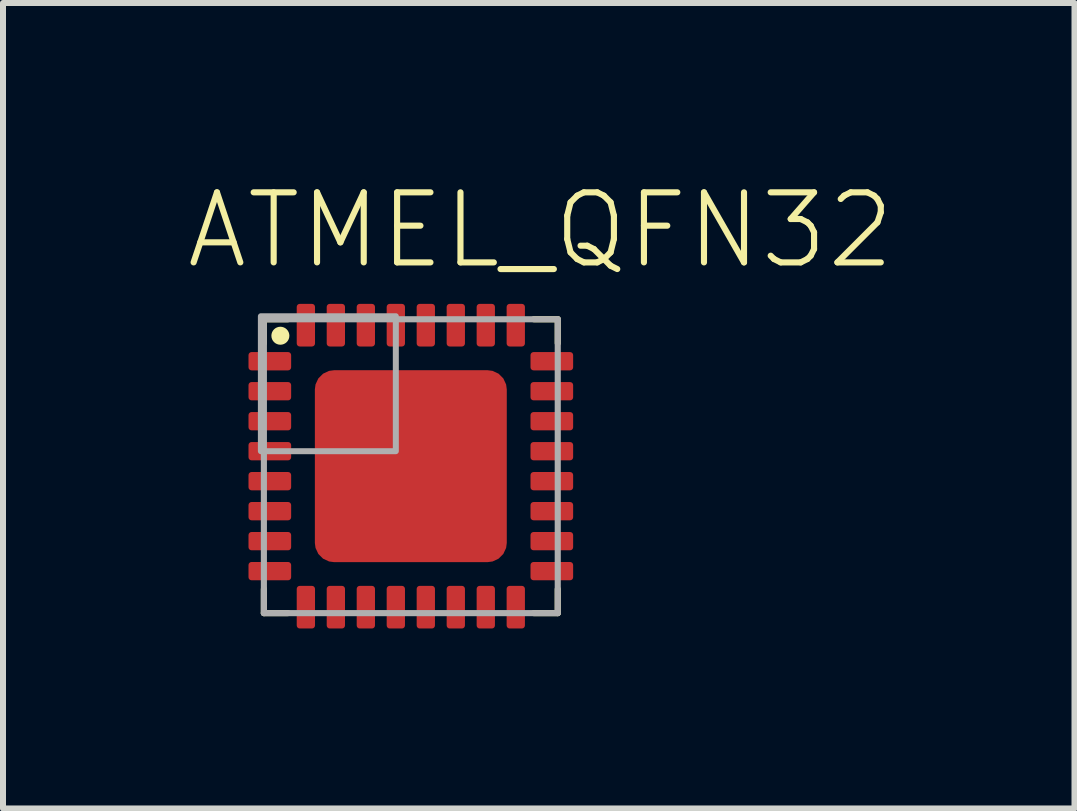
<source format=kicad_pcb>
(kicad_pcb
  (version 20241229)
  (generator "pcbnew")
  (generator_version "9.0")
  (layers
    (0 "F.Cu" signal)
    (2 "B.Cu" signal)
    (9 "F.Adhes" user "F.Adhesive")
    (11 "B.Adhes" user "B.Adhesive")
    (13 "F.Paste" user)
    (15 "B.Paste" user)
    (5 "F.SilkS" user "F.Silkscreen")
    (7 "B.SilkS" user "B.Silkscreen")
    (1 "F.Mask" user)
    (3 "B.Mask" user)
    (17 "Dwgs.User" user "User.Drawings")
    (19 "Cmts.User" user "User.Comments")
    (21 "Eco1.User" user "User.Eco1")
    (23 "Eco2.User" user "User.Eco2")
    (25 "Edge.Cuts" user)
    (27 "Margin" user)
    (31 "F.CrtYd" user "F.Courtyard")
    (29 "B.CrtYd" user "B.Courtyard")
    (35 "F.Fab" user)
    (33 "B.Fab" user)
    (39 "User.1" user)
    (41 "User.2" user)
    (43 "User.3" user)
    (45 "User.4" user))
  (footprint "ATMEL_QFN32"
    (layer "F.Cu")
    (at 3.8 4.723)
    (property "Reference" "ATMEL_QFN32" (at -3.8 -3.25 0) (layer "F.SilkS") (effects (font (size 1.168 1.168) (thickness 0.102)) (justify left bottom)))
    (fp_poly (pts (xy -1.999 -1.099) (xy -2.601 -1.099) (xy -2.601 -1.401) (xy -1.999 -1.401)) (stroke (width 0) (type default)) (fill yes) (layer "F.Mask"))
    (fp_poly (pts (xy -1.999 -0.599) (xy -2.601 -0.599) (xy -2.601 -0.901) (xy -1.999 -0.901)) (stroke (width 0) (type default)) (fill yes) (layer "F.Mask"))
    (fp_poly (pts (xy -1.999 -0.099) (xy -2.601 -0.099) (xy -2.601 -0.401) (xy -1.999 -0.401)) (stroke (width 0) (type default)) (fill yes) (layer "F.Mask"))
    (fp_poly (pts (xy -1.999 0.401) (xy -2.601 0.401) (xy -2.601 0.099) (xy -1.999 0.099)) (stroke (width 0) (type default)) (fill yes) (layer "F.Mask"))
    (fp_poly (pts (xy -1.999 0.901) (xy -2.601 0.901) (xy -2.601 0.599) (xy -1.999 0.599)) (stroke (width 0) (type default)) (fill yes) (layer "F.Mask"))
    (fp_poly (pts (xy -1.999 1.401) (xy -2.601 1.401) (xy -2.601 1.099) (xy -1.999 1.099)) (stroke (width 0) (type default)) (fill yes) (layer "F.Mask"))
    (fp_poly (pts (xy -1.099 -1.999) (xy -1.401 -1.999) (xy -1.401 -2.601) (xy -1.099 -2.601)) (stroke (width 0) (type default)) (fill yes) (layer "F.Mask"))
    (fp_poly (pts (xy -1.099 2.601) (xy -1.401 2.601) (xy -1.401 1.999) (xy -1.099 1.999)) (stroke (width 0) (type default)) (fill yes) (layer "F.Mask"))
    (fp_poly (pts (xy -0.599 -1.999) (xy -0.901 -1.999) (xy -0.901 -2.601) (xy -0.599 -2.601)) (stroke (width 0) (type default)) (fill yes) (layer "F.Mask"))
    (fp_poly (pts (xy -0.599 2.601) (xy -0.901 2.601) (xy -0.901 1.999) (xy -0.599 1.999)) (stroke (width 0) (type default)) (fill yes) (layer "F.Mask"))
    (fp_poly (pts (xy -0.099 -1.999) (xy -0.401 -1.999) (xy -0.401 -2.601) (xy -0.099 -2.601)) (stroke (width 0) (type default)) (fill yes) (layer "F.Mask"))
    (fp_poly (pts (xy -0.099 2.601) (xy -0.401 2.601) (xy -0.401 1.999) (xy -0.099 1.999)) (stroke (width 0) (type default)) (fill yes) (layer "F.Mask"))
    (fp_poly (pts (xy 0.401 -1.999) (xy 0.099 -1.999) (xy 0.099 -2.601) (xy 0.401 -2.601)) (stroke (width 0) (type default)) (fill yes) (layer "F.Mask"))
    (fp_poly (pts (xy 0.401 2.601) (xy 0.099 2.601) (xy 0.099 1.999) (xy 0.401 1.999)) (stroke (width 0) (type default)) (fill yes) (layer "F.Mask"))
    (fp_poly (pts (xy 0.901 -1.999) (xy 0.599 -1.999) (xy 0.599 -2.601) (xy 0.901 -2.601)) (stroke (width 0) (type default)) (fill yes) (layer "F.Mask"))
    (fp_poly (pts (xy 0.901 2.601) (xy 0.599 2.601) (xy 0.599 1.999) (xy 0.901 1.999)) (stroke (width 0) (type default)) (fill yes) (layer "F.Mask"))
    (fp_poly (pts (xy 1.401 -1.999) (xy 1.099 -1.999) (xy 1.099 -2.601) (xy 1.401 -2.601)) (stroke (width 0) (type default)) (fill yes) (layer "F.Mask"))
    (fp_poly (pts (xy 1.401 2.601) (xy 1.099 2.601) (xy 1.099 1.999) (xy 1.401 1.999)) (stroke (width 0) (type default)) (fill yes) (layer "F.Mask"))
    (fp_poly (pts (xy 2.601 -1.099) (xy 1.999 -1.099) (xy 1.999 -1.401) (xy 2.601 -1.401)) (stroke (width 0) (type default)) (fill yes) (layer "F.Mask"))
    (fp_poly (pts (xy 2.601 -0.599) (xy 1.999 -0.599) (xy 1.999 -0.901) (xy 2.601 -0.901)) (stroke (width 0) (type default)) (fill yes) (layer "F.Mask"))
    (fp_poly (pts (xy 2.601 -0.099) (xy 1.999 -0.099) (xy 1.999 -0.401) (xy 2.601 -0.401)) (stroke (width 0) (type default)) (fill yes) (layer "F.Mask"))
    (fp_poly (pts (xy 2.601 0.401) (xy 1.999 0.401) (xy 1.999 0.099) (xy 2.601 0.099)) (stroke (width 0) (type default)) (fill yes) (layer "F.Mask"))
    (fp_poly (pts (xy 2.601 0.901) (xy 1.999 0.901) (xy 1.999 0.599) (xy 2.601 0.599)) (stroke (width 0) (type default)) (fill yes) (layer "F.Mask"))
    (fp_poly (pts (xy 2.601 1.401) (xy 1.999 1.401) (xy 1.999 1.099) (xy 2.601 1.099)) (stroke (width 0) (type default)) (fill yes) (layer "F.Mask"))
    (fp_poly (pts (xy -1.999 -1.821) (xy -1.999 -1.599) (xy -2.601 -1.599) (xy -2.601 -1.901) (xy -2.079 -1.901)) (stroke (width 0) (type default)) (fill yes) (layer "F.Mask"))
    (fp_poly (pts (xy -1.999 1.821) (xy -2.079 1.901) (xy -2.601 1.901) (xy -2.601 1.599) (xy -1.999 1.599)) (stroke (width 0) (type default)) (fill yes) (layer "F.Mask"))
    (fp_poly (pts (xy -1.599 -1.999) (xy -1.821 -1.999) (xy -1.901 -2.079) (xy -1.901 -2.601) (xy -1.599 -2.601)) (stroke (width 0) (type default)) (fill yes) (layer "F.Mask"))
    (fp_poly (pts (xy -1.599 2.601) (xy -1.901 2.601) (xy -1.901 2.079) (xy -1.821 1.999) (xy -1.599 1.999)) (stroke (width 0) (type default)) (fill yes) (layer "F.Mask"))
    (fp_poly (pts (xy 1.575 1.575) (xy -1.575 1.575) (xy -1.575 -1.279) (xy -1.279 -1.575) (xy 1.575 -1.575)) (stroke (width 0) (type default)) (fill yes) (layer "F.Mask"))
    (fp_poly (pts (xy 1.901 -2.079) (xy 1.821 -1.999) (xy 1.599 -1.999) (xy 1.599 -2.601) (xy 1.901 -2.601)) (stroke (width 0) (type default)) (fill yes) (layer "F.Mask"))
    (fp_poly (pts (xy 1.901 2.079) (xy 1.901 2.601) (xy 1.599 2.601) (xy 1.599 1.999) (xy 1.821 1.999)) (stroke (width 0) (type default)) (fill yes) (layer "F.Mask"))
    (fp_poly (pts (xy 2.601 -1.599) (xy 1.999 -1.599) (xy 1.999 -1.821) (xy 2.079 -1.901) (xy 2.601 -1.901)) (stroke (width 0) (type default)) (fill yes) (layer "F.Mask"))
    (fp_poly (pts (xy 2.601 1.901) (xy 2.079 1.901) (xy 1.999 1.821) (xy 1.999 1.599) (xy 2.601 1.599)) (stroke (width 0) (type default)) (fill yes) (layer "F.Mask"))
    (fp_line (start -2.45 -2.45) (end -2.05 -2.45) (stroke (width 0.102) (type solid)) (layer "F.SilkS"))
    (fp_line (start -2.45 -2.05) (end -2.45 -2.45) (stroke (width 0.102) (type solid)) (layer "F.SilkS"))
    (fp_line (start -2.45 2.45) (end -2.45 2.05) (stroke (width 0.102) (type solid)) (layer "F.SilkS"))
    (fp_line (start -2.05 2.45) (end -2.45 2.45) (stroke (width 0.102) (type solid)) (layer "F.SilkS"))
    (fp_line (start 2.05 -2.45) (end 2.45 -2.45) (stroke (width 0.102) (type solid)) (layer "F.SilkS"))
    (fp_line (start 2.45 -2.45) (end 2.45 -2.05) (stroke (width 0.102) (type solid)) (layer "F.SilkS"))
    (fp_line (start 2.45 2.05) (end 2.45 2.45) (stroke (width 0.102) (type solid)) (layer "F.SilkS"))
    (fp_line (start 2.45 2.45) (end 2.05 2.45) (stroke (width 0.102) (type solid)) (layer "F.SilkS"))
    (fp_circle (center -2.175 -2.175) (end -2.1 -2.175) (stroke (width 0.15) (type solid)) (fill yes) (layer "F.SilkS"))
    (fp_poly (pts (xy -2.024 -1.124) (xy -2.576 -1.124) (xy -2.576 -1.376) (xy -2.024 -1.376)) (stroke (width 0) (type default)) (fill yes) (layer "F.Paste"))
    (fp_poly (pts (xy -2.024 -0.624) (xy -2.576 -0.624) (xy -2.576 -0.876) (xy -2.024 -0.876)) (stroke (width 0) (type default)) (fill yes) (layer "F.Paste"))
    (fp_poly (pts (xy -2.024 -0.124) (xy -2.576 -0.124) (xy -2.576 -0.376) (xy -2.024 -0.376)) (stroke (width 0) (type default)) (fill yes) (layer "F.Paste"))
    (fp_poly (pts (xy -2.024 0.376) (xy -2.576 0.376) (xy -2.576 0.124) (xy -2.024 0.124)) (stroke (width 0) (type default)) (fill yes) (layer "F.Paste"))
    (fp_poly (pts (xy -2.024 0.876) (xy -2.576 0.876) (xy -2.576 0.624) (xy -2.024 0.624)) (stroke (width 0) (type default)) (fill yes) (layer "F.Paste"))
    (fp_poly (pts (xy -2.024 1.376) (xy -2.576 1.376) (xy -2.576 1.124) (xy -2.024 1.124)) (stroke (width 0) (type default)) (fill yes) (layer "F.Paste"))
    (fp_poly (pts (xy -1.3 -0.1) (xy -0.7 -0.1) (xy -0.7 -0.4) (xy -1.3 -0.4)) (stroke (width 0) (type default)) (fill yes) (layer "F.Paste"))
    (fp_poly (pts (xy -1.3 0.4) (xy -0.7 0.4) (xy -0.7 0.1) (xy -1.3 0.1)) (stroke (width 0) (type default)) (fill yes) (layer "F.Paste"))
    (fp_poly (pts (xy -1.124 -2.024) (xy -1.376 -2.024) (xy -1.376 -2.576) (xy -1.124 -2.576)) (stroke (width 0) (type default)) (fill yes) (layer "F.Paste"))
    (fp_poly (pts (xy -1.124 2.576) (xy -1.376 2.576) (xy -1.376 2.024) (xy -1.124 2.024)) (stroke (width 0) (type default)) (fill yes) (layer "F.Paste"))
    (fp_poly (pts (xy -0.624 -2.024) (xy -0.876 -2.024) (xy -0.876 -2.576) (xy -0.624 -2.576)) (stroke (width 0) (type default)) (fill yes) (layer "F.Paste"))
    (fp_poly (pts (xy -0.624 2.576) (xy -0.876 2.576) (xy -0.876 2.024) (xy -0.624 2.024)) (stroke (width 0) (type default)) (fill yes) (layer "F.Paste"))
    (fp_poly (pts (xy -0.3 -1.1) (xy 0.3 -1.1) (xy 0.3 -1.4) (xy -0.3 -1.4)) (stroke (width 0) (type default)) (fill yes) (layer "F.Paste"))
    (fp_poly (pts (xy -0.3 -0.6) (xy 0.3 -0.6) (xy 0.3 -0.9) (xy -0.3 -0.9)) (stroke (width 0) (type default)) (fill yes) (layer "F.Paste"))
    (fp_poly (pts (xy -0.3 -0.1) (xy 0.3 -0.1) (xy 0.3 -0.4) (xy -0.3 -0.4)) (stroke (width 0) (type default)) (fill yes) (layer "F.Paste"))
    (fp_poly (pts (xy -0.3 0.4) (xy 0.3 0.4) (xy 0.3 0.1) (xy -0.3 0.1)) (stroke (width 0) (type default)) (fill yes) (layer "F.Paste"))
    (fp_poly (pts (xy -0.3 0.9) (xy 0.3 0.9) (xy 0.3 0.6) (xy -0.3 0.6)) (stroke (width 0) (type default)) (fill yes) (layer "F.Paste"))
    (fp_poly (pts (xy -0.3 1.4) (xy 0.3 1.4) (xy 0.3 1.1) (xy -0.3 1.1)) (stroke (width 0) (type default)) (fill yes) (layer "F.Paste"))
    (fp_poly (pts (xy -0.124 -2.024) (xy -0.376 -2.024) (xy -0.376 -2.576) (xy -0.124 -2.576)) (stroke (width 0) (type default)) (fill yes) (layer "F.Paste"))
    (fp_poly (pts (xy -0.124 2.576) (xy -0.376 2.576) (xy -0.376 2.024) (xy -0.124 2.024)) (stroke (width 0) (type default)) (fill yes) (layer "F.Paste"))
    (fp_poly (pts (xy 0.376 -2.024) (xy 0.124 -2.024) (xy 0.124 -2.576) (xy 0.376 -2.576)) (stroke (width 0) (type default)) (fill yes) (layer "F.Paste"))
    (fp_poly (pts (xy 0.376 2.576) (xy 0.124 2.576) (xy 0.124 2.024) (xy 0.376 2.024)) (stroke (width 0) (type default)) (fill yes) (layer "F.Paste"))
    (fp_poly (pts (xy 0.7 -0.1) (xy 1.3 -0.1) (xy 1.3 -0.4) (xy 0.7 -0.4)) (stroke (width 0) (type default)) (fill yes) (layer "F.Paste"))
    (fp_poly (pts (xy 0.7 0.4) (xy 1.3 0.4) (xy 1.3 0.1) (xy 0.7 0.1)) (stroke (width 0) (type default)) (fill yes) (layer "F.Paste"))
    (fp_poly (pts (xy 0.876 -2.024) (xy 0.624 -2.024) (xy 0.624 -2.576) (xy 0.876 -2.576)) (stroke (width 0) (type default)) (fill yes) (layer "F.Paste"))
    (fp_poly (pts (xy 0.876 2.576) (xy 0.624 2.576) (xy 0.624 2.024) (xy 0.876 2.024)) (stroke (width 0) (type default)) (fill yes) (layer "F.Paste"))
    (fp_poly (pts (xy 1.376 -2.024) (xy 1.124 -2.024) (xy 1.124 -2.576) (xy 1.376 -2.576)) (stroke (width 0) (type default)) (fill yes) (layer "F.Paste"))
    (fp_poly (pts (xy 1.376 2.576) (xy 1.124 2.576) (xy 1.124 2.024) (xy 1.376 2.024)) (stroke (width 0) (type default)) (fill yes) (layer "F.Paste"))
    (fp_poly (pts (xy 2.576 -1.124) (xy 2.024 -1.124) (xy 2.024 -1.376) (xy 2.576 -1.376)) (stroke (width 0) (type default)) (fill yes) (layer "F.Paste"))
    (fp_poly (pts (xy 2.576 -0.624) (xy 2.024 -0.624) (xy 2.024 -0.876) (xy 2.576 -0.876)) (stroke (width 0) (type default)) (fill yes) (layer "F.Paste"))
    (fp_poly (pts (xy 2.576 -0.124) (xy 2.024 -0.124) (xy 2.024 -0.376) (xy 2.576 -0.376)) (stroke (width 0) (type default)) (fill yes) (layer "F.Paste"))
    (fp_poly (pts (xy 2.576 0.376) (xy 2.024 0.376) (xy 2.024 0.124) (xy 2.576 0.124)) (stroke (width 0) (type default)) (fill yes) (layer "F.Paste"))
    (fp_poly (pts (xy 2.576 0.876) (xy 2.024 0.876) (xy 2.024 0.624) (xy 2.576 0.624)) (stroke (width 0) (type default)) (fill yes) (layer "F.Paste"))
    (fp_poly (pts (xy 2.576 1.376) (xy 2.024 1.376) (xy 2.024 1.124) (xy 2.576 1.124)) (stroke (width 0) (type default)) (fill yes) (layer "F.Paste"))
    (fp_poly (pts (xy -2.024 -1.796) (xy -2.024 -1.624) (xy -2.576 -1.624) (xy -2.576 -1.876) (xy -2.104 -1.876)) (stroke (width 0) (type default)) (fill yes) (layer "F.Paste"))
    (fp_poly (pts (xy -2.024 1.796) (xy -2.104 1.876) (xy -2.576 1.876) (xy -2.576 1.624) (xy -2.024 1.624)) (stroke (width 0) (type default)) (fill yes) (layer "F.Paste"))
    (fp_poly (pts (xy -1.624 -2.024) (xy -1.796 -2.024) (xy -1.876 -2.104) (xy -1.876 -2.576) (xy -1.624 -2.576)) (stroke (width 0) (type default)) (fill yes) (layer "F.Paste"))
    (fp_poly (pts (xy -1.624 2.576) (xy -1.876 2.576) (xy -1.876 2.104) (xy -1.796 2.024) (xy -1.624 2.024)) (stroke (width 0) (type default)) (fill yes) (layer "F.Paste"))
    (fp_poly (pts (xy 1.876 -2.104) (xy 1.796 -2.024) (xy 1.624 -2.024) (xy 1.624 -2.576) (xy 1.876 -2.576)) (stroke (width 0) (type default)) (fill yes) (layer "F.Paste"))
    (fp_poly (pts (xy 1.876 2.104) (xy 1.876 2.576) (xy 1.624 2.576) (xy 1.624 2.024) (xy 1.796 2.024)) (stroke (width 0) (type default)) (fill yes) (layer "F.Paste"))
    (fp_poly (pts (xy 2.576 -1.624) (xy 2.024 -1.624) (xy 2.024 -1.796) (xy 2.104 -1.876) (xy 2.576 -1.876)) (stroke (width 0) (type default)) (fill yes) (layer "F.Paste"))
    (fp_poly (pts (xy 2.576 1.876) (xy 2.104 1.876) (xy 2.024 1.796) (xy 2.024 1.624) (xy 2.576 1.624)) (stroke (width 0) (type default)) (fill yes) (layer "F.Paste"))
    (fp_line (start -2.45 -2.45) (end 2.45 -2.45) (stroke (width 0.102) (type solid)) (layer "F.Fab"))
    (fp_line (start -2.45 2.45) (end -2.45 -2.45) (stroke (width 0.102) (type solid)) (layer "F.Fab"))
    (fp_line (start 2.45 -2.45) (end 2.45 2.45) (stroke (width 0.102) (type solid)) (layer "F.Fab"))
    (fp_line (start 2.45 2.45) (end -2.45 2.45) (stroke (width 0.102) (type solid)) (layer "F.Fab"))
    (fp_poly (pts (xy -2.5 -0.25) (xy -0.25 -0.25) (xy -0.25 -2.5) (xy -2.5 -2.5)) (stroke (width 0.1) (type default)) (fill no) (layer "F.Fab"))
    (pad "1" smd roundrect (at -2.351 -1.75) (size 0.711 0.305) (layers "F.Cu") (roundrect_rratio 0.167))
    (pad "2" smd roundrect (at -2.351 -1.25) (size 0.711 0.305) (layers "F.Cu") (roundrect_rratio 0.167))
    (pad "3" smd roundrect (at -2.351 -0.75) (size 0.711 0.305) (layers "F.Cu") (roundrect_rratio 0.167))
    (pad "4" smd roundrect (at -2.351 -0.25) (size 0.711 0.305) (layers "F.Cu") (roundrect_rratio 0.167))
    (pad "5" smd roundrect (at -2.351 0.25) (size 0.711 0.305) (layers "F.Cu") (roundrect_rratio 0.167))
    (pad "6" smd roundrect (at -2.351 0.75) (size 0.711 0.305) (layers "F.Cu") (roundrect_rratio 0.167))
    (pad "7" smd roundrect (at -2.351 1.25) (size 0.711 0.305) (layers "F.Cu") (roundrect_rratio 0.167))
    (pad "8" smd roundrect (at -2.351 1.75) (size 0.711 0.305) (layers "F.Cu") (roundrect_rratio 0.167))
    (pad "9" smd roundrect (at -1.75 2.351 90) (size 0.711 0.305) (layers "F.Cu") (roundrect_rratio 0.167))
    (pad "10" smd roundrect (at -1.25 2.351 90) (size 0.711 0.305) (layers "F.Cu") (roundrect_rratio 0.167))
    (pad "11" smd roundrect (at -0.75 2.351 90) (size 0.711 0.305) (layers "F.Cu") (roundrect_rratio 0.167))
    (pad "12" smd roundrect (at -0.25 2.351 90) (size 0.711 0.305) (layers "F.Cu") (roundrect_rratio 0.167))
    (pad "13" smd roundrect (at 0.25 2.351 90) (size 0.711 0.305) (layers "F.Cu") (roundrect_rratio 0.167))
    (pad "14" smd roundrect (at 0.75 2.351 90) (size 0.711 0.305) (layers "F.Cu") (roundrect_rratio 0.167))
    (pad "15" smd roundrect (at 1.25 2.351 90) (size 0.711 0.305) (layers "F.Cu") (roundrect_rratio 0.167))
    (pad "16" smd roundrect (at 1.75 2.351 90) (size 0.711 0.305) (layers "F.Cu") (roundrect_rratio 0.167))
    (pad "17" smd roundrect (at 2.351 1.75 180) (size 0.711 0.305) (layers "F.Cu") (roundrect_rratio 0.167))
    (pad "18" smd roundrect (at 2.351 1.25 180) (size 0.711 0.305) (layers "F.Cu") (roundrect_rratio 0.167))
    (pad "19" smd roundrect (at 2.351 0.75 180) (size 0.711 0.305) (layers "F.Cu") (roundrect_rratio 0.167))
    (pad "20" smd roundrect (at 2.351 0.25 180) (size 0.711 0.305) (layers "F.Cu") (roundrect_rratio 0.167))
    (pad "21" smd roundrect (at 2.351 -0.25 180) (size 0.711 0.305) (layers "F.Cu") (roundrect_rratio 0.167))
    (pad "22" smd roundrect (at 2.351 -0.75 180) (size 0.711 0.305) (layers "F.Cu") (roundrect_rratio 0.167))
    (pad "23" smd roundrect (at 2.351 -1.25 180) (size 0.711 0.305) (layers "F.Cu") (roundrect_rratio 0.167))
    (pad "24" smd roundrect (at 2.351 -1.75 180) (size 0.711 0.305) (layers "F.Cu") (roundrect_rratio 0.167))
    (pad "25" smd roundrect (at 1.75 -2.351 270) (size 0.711 0.305) (layers "F.Cu") (roundrect_rratio 0.167))
    (pad "26" smd roundrect (at 1.25 -2.351 270) (size 0.711 0.305) (layers "F.Cu") (roundrect_rratio 0.167))
    (pad "27" smd roundrect (at 0.75 -2.351 270) (size 0.711 0.305) (layers "F.Cu") (roundrect_rratio 0.167))
    (pad "28" smd roundrect (at 0.25 -2.351 270) (size 0.711 0.305) (layers "F.Cu") (roundrect_rratio 0.167))
    (pad "29" smd roundrect (at -0.25 -2.351 270) (size 0.711 0.305) (layers "F.Cu") (roundrect_rratio 0.167))
    (pad "30" smd roundrect (at -0.75 -2.351 270) (size 0.711 0.305) (layers "F.Cu") (roundrect_rratio 0.167))
    (pad "31" smd roundrect (at -1.25 -2.351 270) (size 0.711 0.305) (layers "F.Cu") (roundrect_rratio 0.167))
    (pad "32" smd roundrect (at -1.75 -2.351 270) (size 0.711 0.305) (layers "F.Cu") (roundrect_rratio 0.167))
    (pad "EXP" smd roundrect (at 0 0) (size 3.2 3.2) (layers "F.Cu") (roundrect_rratio 0.1)))
  (gr_rect
    (start -3 -3)
    (end 14.866 10.43)
    (stroke (width 0.1) (type default))
    (fill no)
    (layer "Edge.Cuts")))
</source>
